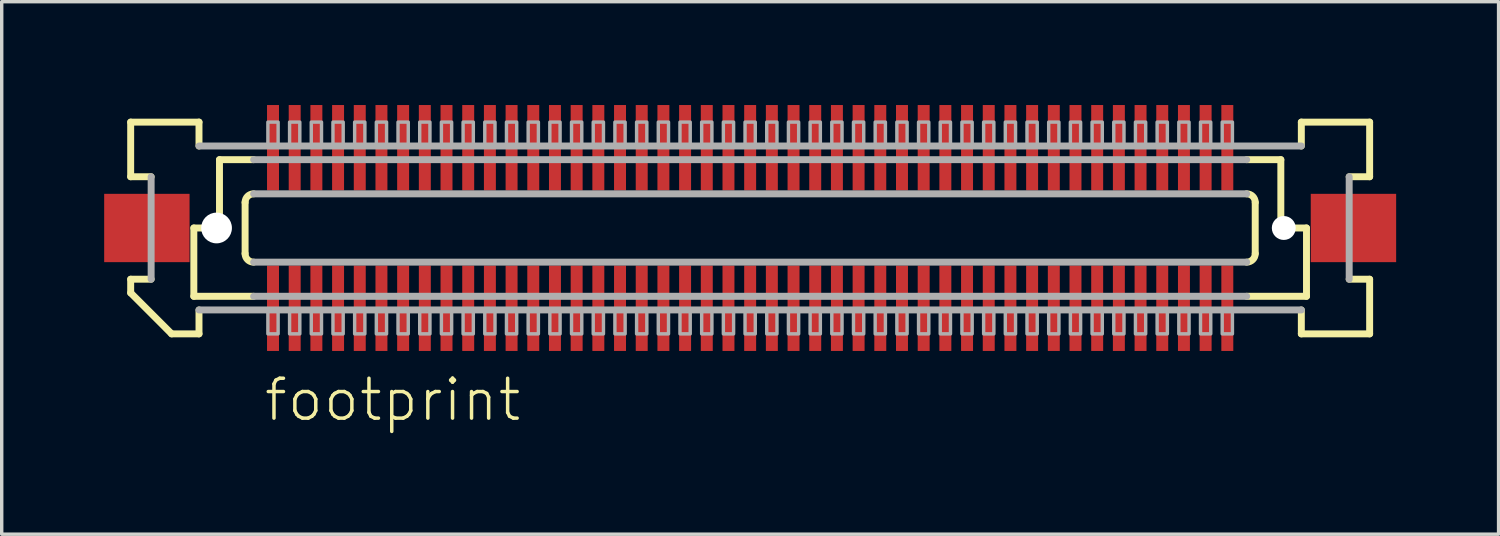
<source format=kicad_pcb>
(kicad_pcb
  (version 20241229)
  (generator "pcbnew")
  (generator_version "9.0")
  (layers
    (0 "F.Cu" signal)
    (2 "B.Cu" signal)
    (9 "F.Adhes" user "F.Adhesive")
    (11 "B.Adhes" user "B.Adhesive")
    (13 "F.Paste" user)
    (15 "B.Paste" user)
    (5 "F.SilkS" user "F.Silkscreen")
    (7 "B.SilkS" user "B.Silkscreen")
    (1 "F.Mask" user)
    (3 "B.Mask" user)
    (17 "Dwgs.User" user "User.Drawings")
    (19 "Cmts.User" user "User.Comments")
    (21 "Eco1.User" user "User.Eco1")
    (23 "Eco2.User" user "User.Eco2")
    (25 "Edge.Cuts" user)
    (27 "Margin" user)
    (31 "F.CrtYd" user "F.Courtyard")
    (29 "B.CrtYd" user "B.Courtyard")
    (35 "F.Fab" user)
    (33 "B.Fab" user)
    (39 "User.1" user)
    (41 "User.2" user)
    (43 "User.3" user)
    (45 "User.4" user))
  (footprint "footprint"
    (layer "F.Cu")
    (at 18.913 3.625)
    (property "Reference" "footprint" (at -14.287 5.715 0) (layer "F.SilkS") (effects (font (size 1.168 1.168) (thickness 0.102)) (justify left bottom)))
    (fp_poly (pts (xy -14.17 3.625) (xy -13.77 3.625) (xy -13.77 1.075) (xy -14.17 1.075)) (stroke (width 0) (type solid)) (fill yes) (layer "F.Mask"))
    (fp_poly (pts (xy -13.77 -3.625) (xy -14.17 -3.625) (xy -14.17 -1.075) (xy -13.77 -1.075)) (stroke (width 0) (type solid)) (fill yes) (layer "F.Mask"))
    (fp_poly (pts (xy -13.535 3.625) (xy -13.135 3.625) (xy -13.135 1.075) (xy -13.535 1.075)) (stroke (width 0) (type solid)) (fill yes) (layer "F.Mask"))
    (fp_poly (pts (xy -13.135 -3.625) (xy -13.535 -3.625) (xy -13.535 -1.075) (xy -13.135 -1.075)) (stroke (width 0) (type solid)) (fill yes) (layer "F.Mask"))
    (fp_poly (pts (xy -12.9 3.625) (xy -12.5 3.625) (xy -12.5 1.075) (xy -12.9 1.075)) (stroke (width 0) (type solid)) (fill yes) (layer "F.Mask"))
    (fp_poly (pts (xy -12.5 -3.625) (xy -12.9 -3.625) (xy -12.9 -1.075) (xy -12.5 -1.075)) (stroke (width 0) (type solid)) (fill yes) (layer "F.Mask"))
    (fp_poly (pts (xy -12.265 3.625) (xy -11.865 3.625) (xy -11.865 1.075) (xy -12.265 1.075)) (stroke (width 0) (type solid)) (fill yes) (layer "F.Mask"))
    (fp_poly (pts (xy -11.865 -3.625) (xy -12.265 -3.625) (xy -12.265 -1.075) (xy -11.865 -1.075)) (stroke (width 0) (type solid)) (fill yes) (layer "F.Mask"))
    (fp_poly (pts (xy -11.63 3.625) (xy -11.23 3.625) (xy -11.23 1.075) (xy -11.63 1.075)) (stroke (width 0) (type solid)) (fill yes) (layer "F.Mask"))
    (fp_poly (pts (xy -11.23 -3.625) (xy -11.63 -3.625) (xy -11.63 -1.075) (xy -11.23 -1.075)) (stroke (width 0) (type solid)) (fill yes) (layer "F.Mask"))
    (fp_poly (pts (xy -10.995 3.625) (xy -10.595 3.625) (xy -10.595 1.075) (xy -10.995 1.075)) (stroke (width 0) (type solid)) (fill yes) (layer "F.Mask"))
    (fp_poly (pts (xy -10.595 -3.625) (xy -10.995 -3.625) (xy -10.995 -1.075) (xy -10.595 -1.075)) (stroke (width 0) (type solid)) (fill yes) (layer "F.Mask"))
    (fp_poly (pts (xy -10.36 3.625) (xy -9.96 3.625) (xy -9.96 1.075) (xy -10.36 1.075)) (stroke (width 0) (type solid)) (fill yes) (layer "F.Mask"))
    (fp_poly (pts (xy -9.96 -3.625) (xy -10.36 -3.625) (xy -10.36 -1.075) (xy -9.96 -1.075)) (stroke (width 0) (type solid)) (fill yes) (layer "F.Mask"))
    (fp_poly (pts (xy -9.725 3.625) (xy -9.325 3.625) (xy -9.325 1.075) (xy -9.725 1.075)) (stroke (width 0) (type solid)) (fill yes) (layer "F.Mask"))
    (fp_poly (pts (xy -9.325 -3.625) (xy -9.725 -3.625) (xy -9.725 -1.075) (xy -9.325 -1.075)) (stroke (width 0) (type solid)) (fill yes) (layer "F.Mask"))
    (fp_poly (pts (xy -9.09 3.625) (xy -8.69 3.625) (xy -8.69 1.075) (xy -9.09 1.075)) (stroke (width 0) (type solid)) (fill yes) (layer "F.Mask"))
    (fp_poly (pts (xy -8.69 -3.625) (xy -9.09 -3.625) (xy -9.09 -1.075) (xy -8.69 -1.075)) (stroke (width 0) (type solid)) (fill yes) (layer "F.Mask"))
    (fp_poly (pts (xy -8.455 3.625) (xy -8.055 3.625) (xy -8.055 1.075) (xy -8.455 1.075)) (stroke (width 0) (type solid)) (fill yes) (layer "F.Mask"))
    (fp_poly (pts (xy -8.055 -3.625) (xy -8.455 -3.625) (xy -8.455 -1.075) (xy -8.055 -1.075)) (stroke (width 0) (type solid)) (fill yes) (layer "F.Mask"))
    (fp_poly (pts (xy -7.82 3.625) (xy -7.42 3.625) (xy -7.42 1.075) (xy -7.82 1.075)) (stroke (width 0) (type solid)) (fill yes) (layer "F.Mask"))
    (fp_poly (pts (xy -7.42 -3.625) (xy -7.82 -3.625) (xy -7.82 -1.075) (xy -7.42 -1.075)) (stroke (width 0) (type solid)) (fill yes) (layer "F.Mask"))
    (fp_poly (pts (xy -7.185 3.625) (xy -6.785 3.625) (xy -6.785 1.075) (xy -7.185 1.075)) (stroke (width 0) (type solid)) (fill yes) (layer "F.Mask"))
    (fp_poly (pts (xy -6.785 -3.625) (xy -7.185 -3.625) (xy -7.185 -1.075) (xy -6.785 -1.075)) (stroke (width 0) (type solid)) (fill yes) (layer "F.Mask"))
    (fp_poly (pts (xy -6.55 3.625) (xy -6.15 3.625) (xy -6.15 1.075) (xy -6.55 1.075)) (stroke (width 0) (type solid)) (fill yes) (layer "F.Mask"))
    (fp_poly (pts (xy -6.15 -3.625) (xy -6.55 -3.625) (xy -6.55 -1.075) (xy -6.15 -1.075)) (stroke (width 0) (type solid)) (fill yes) (layer "F.Mask"))
    (fp_poly (pts (xy -5.915 3.625) (xy -5.515 3.625) (xy -5.515 1.075) (xy -5.915 1.075)) (stroke (width 0) (type solid)) (fill yes) (layer "F.Mask"))
    (fp_poly (pts (xy -5.515 -3.625) (xy -5.915 -3.625) (xy -5.915 -1.075) (xy -5.515 -1.075)) (stroke (width 0) (type solid)) (fill yes) (layer "F.Mask"))
    (fp_poly (pts (xy -5.28 3.625) (xy -4.88 3.625) (xy -4.88 1.075) (xy -5.28 1.075)) (stroke (width 0) (type solid)) (fill yes) (layer "F.Mask"))
    (fp_poly (pts (xy -4.88 -3.625) (xy -5.28 -3.625) (xy -5.28 -1.075) (xy -4.88 -1.075)) (stroke (width 0) (type solid)) (fill yes) (layer "F.Mask"))
    (fp_poly (pts (xy -4.645 3.625) (xy -4.245 3.625) (xy -4.245 1.075) (xy -4.645 1.075)) (stroke (width 0) (type solid)) (fill yes) (layer "F.Mask"))
    (fp_poly (pts (xy -4.245 -3.625) (xy -4.645 -3.625) (xy -4.645 -1.075) (xy -4.245 -1.075)) (stroke (width 0) (type solid)) (fill yes) (layer "F.Mask"))
    (fp_poly (pts (xy -4.01 3.625) (xy -3.61 3.625) (xy -3.61 1.075) (xy -4.01 1.075)) (stroke (width 0) (type solid)) (fill yes) (layer "F.Mask"))
    (fp_poly (pts (xy -3.61 -3.625) (xy -4.01 -3.625) (xy -4.01 -1.075) (xy -3.61 -1.075)) (stroke (width 0) (type solid)) (fill yes) (layer "F.Mask"))
    (fp_poly (pts (xy -3.375 3.625) (xy -2.975 3.625) (xy -2.975 1.075) (xy -3.375 1.075)) (stroke (width 0) (type solid)) (fill yes) (layer "F.Mask"))
    (fp_poly (pts (xy -2.975 -3.625) (xy -3.375 -3.625) (xy -3.375 -1.075) (xy -2.975 -1.075)) (stroke (width 0) (type solid)) (fill yes) (layer "F.Mask"))
    (fp_poly (pts (xy -2.74 3.625) (xy -2.34 3.625) (xy -2.34 1.075) (xy -2.74 1.075)) (stroke (width 0) (type solid)) (fill yes) (layer "F.Mask"))
    (fp_poly (pts (xy -2.34 -3.625) (xy -2.74 -3.625) (xy -2.74 -1.075) (xy -2.34 -1.075)) (stroke (width 0) (type solid)) (fill yes) (layer "F.Mask"))
    (fp_poly (pts (xy -2.105 3.625) (xy -1.705 3.625) (xy -1.705 1.075) (xy -2.105 1.075)) (stroke (width 0) (type solid)) (fill yes) (layer "F.Mask"))
    (fp_poly (pts (xy -1.705 -3.625) (xy -2.105 -3.625) (xy -2.105 -1.075) (xy -1.705 -1.075)) (stroke (width 0) (type solid)) (fill yes) (layer "F.Mask"))
    (fp_poly (pts (xy -1.47 3.625) (xy -1.07 3.625) (xy -1.07 1.075) (xy -1.47 1.075)) (stroke (width 0) (type solid)) (fill yes) (layer "F.Mask"))
    (fp_poly (pts (xy -1.07 -3.625) (xy -1.47 -3.625) (xy -1.47 -1.075) (xy -1.07 -1.075)) (stroke (width 0) (type solid)) (fill yes) (layer "F.Mask"))
    (fp_poly (pts (xy -0.835 3.625) (xy -0.435 3.625) (xy -0.435 1.075) (xy -0.835 1.075)) (stroke (width 0) (type solid)) (fill yes) (layer "F.Mask"))
    (fp_poly (pts (xy -0.435 -3.625) (xy -0.835 -3.625) (xy -0.835 -1.075) (xy -0.435 -1.075)) (stroke (width 0) (type solid)) (fill yes) (layer "F.Mask"))
    (fp_poly (pts (xy -0.2 3.625) (xy 0.2 3.625) (xy 0.2 1.075) (xy -0.2 1.075)) (stroke (width 0) (type solid)) (fill yes) (layer "F.Mask"))
    (fp_poly (pts (xy 0.2 -3.625) (xy -0.2 -3.625) (xy -0.2 -1.075) (xy 0.2 -1.075)) (stroke (width 0) (type solid)) (fill yes) (layer "F.Mask"))
    (fp_poly (pts (xy 0.435 3.625) (xy 0.835 3.625) (xy 0.835 1.075) (xy 0.435 1.075)) (stroke (width 0) (type solid)) (fill yes) (layer "F.Mask"))
    (fp_poly (pts (xy 0.835 -3.625) (xy 0.435 -3.625) (xy 0.435 -1.075) (xy 0.835 -1.075)) (stroke (width 0) (type solid)) (fill yes) (layer "F.Mask"))
    (fp_poly (pts (xy 1.07 3.625) (xy 1.47 3.625) (xy 1.47 1.075) (xy 1.07 1.075)) (stroke (width 0) (type solid)) (fill yes) (layer "F.Mask"))
    (fp_poly (pts (xy 1.47 -3.625) (xy 1.07 -3.625) (xy 1.07 -1.075) (xy 1.47 -1.075)) (stroke (width 0) (type solid)) (fill yes) (layer "F.Mask"))
    (fp_poly (pts (xy 1.705 3.625) (xy 2.105 3.625) (xy 2.105 1.075) (xy 1.705 1.075)) (stroke (width 0) (type solid)) (fill yes) (layer "F.Mask"))
    (fp_poly (pts (xy 2.105 -3.625) (xy 1.705 -3.625) (xy 1.705 -1.075) (xy 2.105 -1.075)) (stroke (width 0) (type solid)) (fill yes) (layer "F.Mask"))
    (fp_poly (pts (xy 2.34 3.625) (xy 2.74 3.625) (xy 2.74 1.075) (xy 2.34 1.075)) (stroke (width 0) (type solid)) (fill yes) (layer "F.Mask"))
    (fp_poly (pts (xy 2.74 -3.625) (xy 2.34 -3.625) (xy 2.34 -1.075) (xy 2.74 -1.075)) (stroke (width 0) (type solid)) (fill yes) (layer "F.Mask"))
    (fp_poly (pts (xy 2.975 3.625) (xy 3.375 3.625) (xy 3.375 1.075) (xy 2.975 1.075)) (stroke (width 0) (type solid)) (fill yes) (layer "F.Mask"))
    (fp_poly (pts (xy 3.375 -3.625) (xy 2.975 -3.625) (xy 2.975 -1.075) (xy 3.375 -1.075)) (stroke (width 0) (type solid)) (fill yes) (layer "F.Mask"))
    (fp_poly (pts (xy 3.61 3.625) (xy 4.01 3.625) (xy 4.01 1.075) (xy 3.61 1.075)) (stroke (width 0) (type solid)) (fill yes) (layer "F.Mask"))
    (fp_poly (pts (xy 4.01 -3.625) (xy 3.61 -3.625) (xy 3.61 -1.075) (xy 4.01 -1.075)) (stroke (width 0) (type solid)) (fill yes) (layer "F.Mask"))
    (fp_poly (pts (xy 4.245 3.625) (xy 4.645 3.625) (xy 4.645 1.075) (xy 4.245 1.075)) (stroke (width 0) (type solid)) (fill yes) (layer "F.Mask"))
    (fp_poly (pts (xy 4.645 -3.625) (xy 4.245 -3.625) (xy 4.245 -1.075) (xy 4.645 -1.075)) (stroke (width 0) (type solid)) (fill yes) (layer "F.Mask"))
    (fp_poly (pts (xy 4.88 3.625) (xy 5.28 3.625) (xy 5.28 1.075) (xy 4.88 1.075)) (stroke (width 0) (type solid)) (fill yes) (layer "F.Mask"))
    (fp_poly (pts (xy 5.28 -3.625) (xy 4.88 -3.625) (xy 4.88 -1.075) (xy 5.28 -1.075)) (stroke (width 0) (type solid)) (fill yes) (layer "F.Mask"))
    (fp_poly (pts (xy 5.515 3.625) (xy 5.915 3.625) (xy 5.915 1.075) (xy 5.515 1.075)) (stroke (width 0) (type solid)) (fill yes) (layer "F.Mask"))
    (fp_poly (pts (xy 5.915 -3.625) (xy 5.515 -3.625) (xy 5.515 -1.075) (xy 5.915 -1.075)) (stroke (width 0) (type solid)) (fill yes) (layer "F.Mask"))
    (fp_poly (pts (xy 6.15 3.625) (xy 6.55 3.625) (xy 6.55 1.075) (xy 6.15 1.075)) (stroke (width 0) (type solid)) (fill yes) (layer "F.Mask"))
    (fp_poly (pts (xy 6.55 -3.625) (xy 6.15 -3.625) (xy 6.15 -1.075) (xy 6.55 -1.075)) (stroke (width 0) (type solid)) (fill yes) (layer "F.Mask"))
    (fp_poly (pts (xy 6.785 3.625) (xy 7.185 3.625) (xy 7.185 1.075) (xy 6.785 1.075)) (stroke (width 0) (type solid)) (fill yes) (layer "F.Mask"))
    (fp_poly (pts (xy 7.185 -3.625) (xy 6.785 -3.625) (xy 6.785 -1.075) (xy 7.185 -1.075)) (stroke (width 0) (type solid)) (fill yes) (layer "F.Mask"))
    (fp_poly (pts (xy 7.42 3.625) (xy 7.82 3.625) (xy 7.82 1.075) (xy 7.42 1.075)) (stroke (width 0) (type solid)) (fill yes) (layer "F.Mask"))
    (fp_poly (pts (xy 7.82 -3.625) (xy 7.42 -3.625) (xy 7.42 -1.075) (xy 7.82 -1.075)) (stroke (width 0) (type solid)) (fill yes) (layer "F.Mask"))
    (fp_poly (pts (xy 8.055 3.625) (xy 8.455 3.625) (xy 8.455 1.075) (xy 8.055 1.075)) (stroke (width 0) (type solid)) (fill yes) (layer "F.Mask"))
    (fp_poly (pts (xy 8.455 -3.625) (xy 8.055 -3.625) (xy 8.055 -1.075) (xy 8.455 -1.075)) (stroke (width 0) (type solid)) (fill yes) (layer "F.Mask"))
    (fp_poly (pts (xy 8.69 3.625) (xy 9.09 3.625) (xy 9.09 1.075) (xy 8.69 1.075)) (stroke (width 0) (type solid)) (fill yes) (layer "F.Mask"))
    (fp_poly (pts (xy 9.09 -3.625) (xy 8.69 -3.625) (xy 8.69 -1.075) (xy 9.09 -1.075)) (stroke (width 0) (type solid)) (fill yes) (layer "F.Mask"))
    (fp_poly (pts (xy 9.325 3.625) (xy 9.725 3.625) (xy 9.725 1.075) (xy 9.325 1.075)) (stroke (width 0) (type solid)) (fill yes) (layer "F.Mask"))
    (fp_poly (pts (xy 9.725 -3.625) (xy 9.325 -3.625) (xy 9.325 -1.075) (xy 9.725 -1.075)) (stroke (width 0) (type solid)) (fill yes) (layer "F.Mask"))
    (fp_poly (pts (xy 9.96 3.625) (xy 10.36 3.625) (xy 10.36 1.075) (xy 9.96 1.075)) (stroke (width 0) (type solid)) (fill yes) (layer "F.Mask"))
    (fp_poly (pts (xy 10.36 -3.625) (xy 9.96 -3.625) (xy 9.96 -1.075) (xy 10.36 -1.075)) (stroke (width 0) (type solid)) (fill yes) (layer "F.Mask"))
    (fp_poly (pts (xy 10.595 3.625) (xy 10.995 3.625) (xy 10.995 1.075) (xy 10.595 1.075)) (stroke (width 0) (type solid)) (fill yes) (layer "F.Mask"))
    (fp_poly (pts (xy 10.995 -3.625) (xy 10.595 -3.625) (xy 10.595 -1.075) (xy 10.995 -1.075)) (stroke (width 0) (type solid)) (fill yes) (layer "F.Mask"))
    (fp_poly (pts (xy 11.23 3.625) (xy 11.63 3.625) (xy 11.63 1.075) (xy 11.23 1.075)) (stroke (width 0) (type solid)) (fill yes) (layer "F.Mask"))
    (fp_poly (pts (xy 11.63 -3.625) (xy 11.23 -3.625) (xy 11.23 -1.075) (xy 11.63 -1.075)) (stroke (width 0) (type solid)) (fill yes) (layer "F.Mask"))
    (fp_poly (pts (xy 11.865 3.625) (xy 12.265 3.625) (xy 12.265 1.075) (xy 11.865 1.075)) (stroke (width 0) (type solid)) (fill yes) (layer "F.Mask"))
    (fp_poly (pts (xy 12.265 -3.625) (xy 11.865 -3.625) (xy 11.865 -1.075) (xy 12.265 -1.075)) (stroke (width 0) (type solid)) (fill yes) (layer "F.Mask"))
    (fp_poly (pts (xy 12.5 3.625) (xy 12.9 3.625) (xy 12.9 1.075) (xy 12.5 1.075)) (stroke (width 0) (type solid)) (fill yes) (layer "F.Mask"))
    (fp_poly (pts (xy 12.9 -3.625) (xy 12.5 -3.625) (xy 12.5 -1.075) (xy 12.9 -1.075)) (stroke (width 0) (type solid)) (fill yes) (layer "F.Mask"))
    (fp_poly (pts (xy 13.135 3.625) (xy 13.535 3.625) (xy 13.535 1.075) (xy 13.135 1.075)) (stroke (width 0) (type solid)) (fill yes) (layer "F.Mask"))
    (fp_poly (pts (xy 13.535 -3.625) (xy 13.135 -3.625) (xy 13.135 -1.075) (xy 13.535 -1.075)) (stroke (width 0) (type solid)) (fill yes) (layer "F.Mask"))
    (fp_poly (pts (xy 13.77 3.625) (xy 14.17 3.625) (xy 14.17 1.075) (xy 13.77 1.075)) (stroke (width 0) (type solid)) (fill yes) (layer "F.Mask"))
    (fp_poly (pts (xy 14.17 -3.625) (xy 13.77 -3.625) (xy 13.77 -1.075) (xy 14.17 -1.075)) (stroke (width 0) (type solid)) (fill yes) (layer "F.Mask"))
    (fp_line (start -18.137 -3.1) (end -16.137 -3.1) (stroke (width 0.203) (type solid)) (layer "F.SilkS"))
    (fp_line (start -18.137 -1.5) (end -18.137 -3.1) (stroke (width 0.203) (type solid)) (layer "F.SilkS"))
    (fp_line (start -18.137 1.5) (end -17.538 1.5) (stroke (width 0.203) (type solid)) (layer "F.SilkS"))
    (fp_line (start -18.137 1.9) (end -18.137 1.5) (stroke (width 0.203) (type solid)) (layer "F.SilkS"))
    (fp_line (start -17.538 -1.5) (end -18.137 -1.5) (stroke (width 0.203) (type solid)) (layer "F.SilkS"))
    (fp_line (start -16.938 3.1) (end -18.137 1.9) (stroke (width 0.203) (type solid)) (layer "F.SilkS"))
    (fp_line (start -16.288 0) (end -16.288 2) (stroke (width 0.203) (type solid)) (layer "F.SilkS"))
    (fp_line (start -16.288 2) (end -14.537 2) (stroke (width 0.203) (type solid)) (layer "F.SilkS"))
    (fp_line (start -16.137 -3.1) (end -16.137 -2.4) (stroke (width 0.203) (type solid)) (layer "F.SilkS"))
    (fp_line (start -16.137 2.4) (end -16.137 3.1) (stroke (width 0.203) (type solid)) (layer "F.SilkS"))
    (fp_line (start -16.137 3.1) (end -16.938 3.1) (stroke (width 0.203) (type solid)) (layer "F.SilkS"))
    (fp_line (start -15.537 -2) (end -15.537 0) (stroke (width 0.203) (type solid)) (layer "F.SilkS"))
    (fp_line (start -15.537 0) (end -16.288 0) (stroke (width 0.203) (type solid)) (layer "F.SilkS"))
    (fp_line (start -14.787 0.75) (end -14.787 -0.75) (stroke (width 0.203) (type solid)) (layer "F.SilkS"))
    (fp_line (start -14.537 -2) (end -15.537 -2) (stroke (width 0.203) (type solid)) (layer "F.SilkS"))
    (fp_line (start 14.537 2) (end 16.288 2) (stroke (width 0.203) (type solid)) (layer "F.SilkS"))
    (fp_line (start 14.787 -0.75) (end 14.787 0.75) (stroke (width 0.203) (type solid)) (layer "F.SilkS"))
    (fp_line (start 15.537 -2) (end 14.537 -2) (stroke (width 0.203) (type solid)) (layer "F.SilkS"))
    (fp_line (start 15.537 -2) (end 15.537 0) (stroke (width 0.203) (type solid)) (layer "F.SilkS"))
    (fp_line (start 16.137 -3.1) (end 18.137 -3.1) (stroke (width 0.203) (type solid)) (layer "F.SilkS"))
    (fp_line (start 16.137 -2.4) (end 16.137 -3.1) (stroke (width 0.203) (type solid)) (layer "F.SilkS"))
    (fp_line (start 16.137 3.1) (end 16.137 2.4) (stroke (width 0.203) (type solid)) (layer "F.SilkS"))
    (fp_line (start 16.288 0) (end 15.537 0) (stroke (width 0.203) (type solid)) (layer "F.SilkS"))
    (fp_line (start 16.288 0) (end 16.288 2) (stroke (width 0.203) (type solid)) (layer "F.SilkS"))
    (fp_line (start 17.538 1.5) (end 18.137 1.5) (stroke (width 0.203) (type solid)) (layer "F.SilkS"))
    (fp_line (start 18.137 -3.1) (end 18.137 -1.5) (stroke (width 0.203) (type solid)) (layer "F.SilkS"))
    (fp_line (start 18.137 -1.5) (end 17.538 -1.5) (stroke (width 0.203) (type solid)) (layer "F.SilkS"))
    (fp_line (start 18.137 1.5) (end 18.137 3.1) (stroke (width 0.203) (type solid)) (layer "F.SilkS"))
    (fp_line (start 18.137 3.1) (end 16.137 3.1) (stroke (width 0.203) (type solid)) (layer "F.SilkS"))
    (fp_arc (start -14.7875 -0.75) (mid -14.714277 -0.926777) (end -14.5375 -1) (stroke (width 0.2032) (type solid)) (layer "F.SilkS"))
    (fp_arc (start -14.5375 1) (mid -14.714277 0.926777) (end -14.7875 0.75) (stroke (width 0.2032) (type solid)) (layer "F.SilkS"))
    (fp_arc (start 14.5375 -1) (mid 14.714277 -0.926777) (end 14.7875 -0.75) (stroke (width 0.2032) (type solid)) (layer "F.SilkS"))
    (fp_arc (start 14.7875 0.75) (mid 14.714277 0.926777) (end 14.5375 1) (stroke (width 0.2032) (type solid)) (layer "F.SilkS"))
    (fp_line (start -17.538 1.5) (end -17.538 -1.5) (stroke (width 0.203) (type solid)) (layer "F.Fab"))
    (fp_line (start -16.137 -2.4) (end 16.137 -2.4) (stroke (width 0.203) (type solid)) (layer "F.Fab"))
    (fp_line (start -14.537 -1) (end 14.537 -1) (stroke (width 0.203) (type solid)) (layer "F.Fab"))
    (fp_line (start -14.537 2) (end 14.537 2) (stroke (width 0.203) (type solid)) (layer "F.Fab"))
    (fp_line (start 14.537 -2) (end -14.537 -2) (stroke (width 0.203) (type solid)) (layer "F.Fab"))
    (fp_line (start 14.537 1) (end -14.537 1) (stroke (width 0.203) (type solid)) (layer "F.Fab"))
    (fp_line (start 16.137 2.4) (end -16.137 2.4) (stroke (width 0.203) (type solid)) (layer "F.Fab"))
    (fp_line (start 17.538 -1.5) (end 17.538 1.5) (stroke (width 0.203) (type solid)) (layer "F.Fab"))
    (fp_poly (pts (xy -14.12 3.1) (xy -13.82 3.1) (xy -13.82 2.375) (xy -14.12 2.375)) (stroke (width 0.1) (type solid)) (fill no) (layer "F.Fab"))
    (fp_poly (pts (xy -13.82 -3.1) (xy -14.12 -3.1) (xy -14.12 -2.375) (xy -13.82 -2.375)) (stroke (width 0.1) (type solid)) (fill no) (layer "F.Fab"))
    (fp_poly (pts (xy -13.485 3.1) (xy -13.185 3.1) (xy -13.185 2.375) (xy -13.485 2.375)) (stroke (width 0.1) (type solid)) (fill no) (layer "F.Fab"))
    (fp_poly (pts (xy -13.185 -3.1) (xy -13.485 -3.1) (xy -13.485 -2.375) (xy -13.185 -2.375)) (stroke (width 0.1) (type solid)) (fill no) (layer "F.Fab"))
    (fp_poly (pts (xy -12.85 3.1) (xy -12.55 3.1) (xy -12.55 2.375) (xy -12.85 2.375)) (stroke (width 0.1) (type solid)) (fill no) (layer "F.Fab"))
    (fp_poly (pts (xy -12.55 -3.1) (xy -12.85 -3.1) (xy -12.85 -2.375) (xy -12.55 -2.375)) (stroke (width 0.1) (type solid)) (fill no) (layer "F.Fab"))
    (fp_poly (pts (xy -12.215 3.1) (xy -11.915 3.1) (xy -11.915 2.375) (xy -12.215 2.375)) (stroke (width 0.1) (type solid)) (fill no) (layer "F.Fab"))
    (fp_poly (pts (xy -11.915 -3.1) (xy -12.215 -3.1) (xy -12.215 -2.375) (xy -11.915 -2.375)) (stroke (width 0.1) (type solid)) (fill no) (layer "F.Fab"))
    (fp_poly (pts (xy -11.58 3.1) (xy -11.28 3.1) (xy -11.28 2.375) (xy -11.58 2.375)) (stroke (width 0.1) (type solid)) (fill no) (layer "F.Fab"))
    (fp_poly (pts (xy -11.28 -3.1) (xy -11.58 -3.1) (xy -11.58 -2.375) (xy -11.28 -2.375)) (stroke (width 0.1) (type solid)) (fill no) (layer "F.Fab"))
    (fp_poly (pts (xy -10.945 3.1) (xy -10.645 3.1) (xy -10.645 2.375) (xy -10.945 2.375)) (stroke (width 0.1) (type solid)) (fill no) (layer "F.Fab"))
    (fp_poly (pts (xy -10.645 -3.1) (xy -10.945 -3.1) (xy -10.945 -2.375) (xy -10.645 -2.375)) (stroke (width 0.1) (type solid)) (fill no) (layer "F.Fab"))
    (fp_poly (pts (xy -10.31 3.1) (xy -10.01 3.1) (xy -10.01 2.375) (xy -10.31 2.375)) (stroke (width 0.1) (type solid)) (fill no) (layer "F.Fab"))
    (fp_poly (pts (xy -10.01 -3.1) (xy -10.31 -3.1) (xy -10.31 -2.375) (xy -10.01 -2.375)) (stroke (width 0.1) (type solid)) (fill no) (layer "F.Fab"))
    (fp_poly (pts (xy -9.675 3.1) (xy -9.375 3.1) (xy -9.375 2.375) (xy -9.675 2.375)) (stroke (width 0.1) (type solid)) (fill no) (layer "F.Fab"))
    (fp_poly (pts (xy -9.375 -3.1) (xy -9.675 -3.1) (xy -9.675 -2.375) (xy -9.375 -2.375)) (stroke (width 0.1) (type solid)) (fill no) (layer "F.Fab"))
    (fp_poly (pts (xy -9.04 3.1) (xy -8.74 3.1) (xy -8.74 2.375) (xy -9.04 2.375)) (stroke (width 0.1) (type solid)) (fill no) (layer "F.Fab"))
    (fp_poly (pts (xy -8.74 -3.1) (xy -9.04 -3.1) (xy -9.04 -2.375) (xy -8.74 -2.375)) (stroke (width 0.1) (type solid)) (fill no) (layer "F.Fab"))
    (fp_poly (pts (xy -8.405 3.1) (xy -8.105 3.1) (xy -8.105 2.375) (xy -8.405 2.375)) (stroke (width 0.1) (type solid)) (fill no) (layer "F.Fab"))
    (fp_poly (pts (xy -8.105 -3.1) (xy -8.405 -3.1) (xy -8.405 -2.375) (xy -8.105 -2.375)) (stroke (width 0.1) (type solid)) (fill no) (layer "F.Fab"))
    (fp_poly (pts (xy -7.77 3.1) (xy -7.47 3.1) (xy -7.47 2.375) (xy -7.77 2.375)) (stroke (width 0.1) (type solid)) (fill no) (layer "F.Fab"))
    (fp_poly (pts (xy -7.47 -3.1) (xy -7.77 -3.1) (xy -7.77 -2.375) (xy -7.47 -2.375)) (stroke (width 0.1) (type solid)) (fill no) (layer "F.Fab"))
    (fp_poly (pts (xy -7.135 3.1) (xy -6.835 3.1) (xy -6.835 2.375) (xy -7.135 2.375)) (stroke (width 0.1) (type solid)) (fill no) (layer "F.Fab"))
    (fp_poly (pts (xy -6.835 -3.1) (xy -7.135 -3.1) (xy -7.135 -2.375) (xy -6.835 -2.375)) (stroke (width 0.1) (type solid)) (fill no) (layer "F.Fab"))
    (fp_poly (pts (xy -6.5 3.1) (xy -6.2 3.1) (xy -6.2 2.375) (xy -6.5 2.375)) (stroke (width 0.1) (type solid)) (fill no) (layer "F.Fab"))
    (fp_poly (pts (xy -6.2 -3.1) (xy -6.5 -3.1) (xy -6.5 -2.375) (xy -6.2 -2.375)) (stroke (width 0.1) (type solid)) (fill no) (layer "F.Fab"))
    (fp_poly (pts (xy -5.865 3.1) (xy -5.565 3.1) (xy -5.565 2.375) (xy -5.865 2.375)) (stroke (width 0.1) (type solid)) (fill no) (layer "F.Fab"))
    (fp_poly (pts (xy -5.565 -3.1) (xy -5.865 -3.1) (xy -5.865 -2.375) (xy -5.565 -2.375)) (stroke (width 0.1) (type solid)) (fill no) (layer "F.Fab"))
    (fp_poly (pts (xy -5.23 3.1) (xy -4.93 3.1) (xy -4.93 2.375) (xy -5.23 2.375)) (stroke (width 0.1) (type solid)) (fill no) (layer "F.Fab"))
    (fp_poly (pts (xy -4.93 -3.1) (xy -5.23 -3.1) (xy -5.23 -2.375) (xy -4.93 -2.375)) (stroke (width 0.1) (type solid)) (fill no) (layer "F.Fab"))
    (fp_poly (pts (xy -4.595 3.1) (xy -4.295 3.1) (xy -4.295 2.375) (xy -4.595 2.375)) (stroke (width 0.1) (type solid)) (fill no) (layer "F.Fab"))
    (fp_poly (pts (xy -4.295 -3.1) (xy -4.595 -3.1) (xy -4.595 -2.375) (xy -4.295 -2.375)) (stroke (width 0.1) (type solid)) (fill no) (layer "F.Fab"))
    (fp_poly (pts (xy -3.96 3.1) (xy -3.66 3.1) (xy -3.66 2.375) (xy -3.96 2.375)) (stroke (width 0.1) (type solid)) (fill no) (layer "F.Fab"))
    (fp_poly (pts (xy -3.66 -3.1) (xy -3.96 -3.1) (xy -3.96 -2.375) (xy -3.66 -2.375)) (stroke (width 0.1) (type solid)) (fill no) (layer "F.Fab"))
    (fp_poly (pts (xy -3.325 3.1) (xy -3.025 3.1) (xy -3.025 2.375) (xy -3.325 2.375)) (stroke (width 0.1) (type solid)) (fill no) (layer "F.Fab"))
    (fp_poly (pts (xy -3.025 -3.1) (xy -3.325 -3.1) (xy -3.325 -2.375) (xy -3.025 -2.375)) (stroke (width 0.1) (type solid)) (fill no) (layer "F.Fab"))
    (fp_poly (pts (xy -2.69 3.1) (xy -2.39 3.1) (xy -2.39 2.375) (xy -2.69 2.375)) (stroke (width 0.1) (type solid)) (fill no) (layer "F.Fab"))
    (fp_poly (pts (xy -2.39 -3.1) (xy -2.69 -3.1) (xy -2.69 -2.375) (xy -2.39 -2.375)) (stroke (width 0.1) (type solid)) (fill no) (layer "F.Fab"))
    (fp_poly (pts (xy -2.055 3.1) (xy -1.755 3.1) (xy -1.755 2.375) (xy -2.055 2.375)) (stroke (width 0.1) (type solid)) (fill no) (layer "F.Fab"))
    (fp_poly (pts (xy -1.755 -3.1) (xy -2.055 -3.1) (xy -2.055 -2.375) (xy -1.755 -2.375)) (stroke (width 0.1) (type solid)) (fill no) (layer "F.Fab"))
    (fp_poly (pts (xy -1.42 3.1) (xy -1.12 3.1) (xy -1.12 2.375) (xy -1.42 2.375)) (stroke (width 0.1) (type solid)) (fill no) (layer "F.Fab"))
    (fp_poly (pts (xy -1.12 -3.1) (xy -1.42 -3.1) (xy -1.42 -2.375) (xy -1.12 -2.375)) (stroke (width 0.1) (type solid)) (fill no) (layer "F.Fab"))
    (fp_poly (pts (xy -0.785 3.1) (xy -0.485 3.1) (xy -0.485 2.375) (xy -0.785 2.375)) (stroke (width 0.1) (type solid)) (fill no) (layer "F.Fab"))
    (fp_poly (pts (xy -0.485 -3.1) (xy -0.785 -3.1) (xy -0.785 -2.375) (xy -0.485 -2.375)) (stroke (width 0.1) (type solid)) (fill no) (layer "F.Fab"))
    (fp_poly (pts (xy -0.15 3.1) (xy 0.15 3.1) (xy 0.15 2.375) (xy -0.15 2.375)) (stroke (width 0.1) (type solid)) (fill no) (layer "F.Fab"))
    (fp_poly (pts (xy 0.15 -3.1) (xy -0.15 -3.1) (xy -0.15 -2.375) (xy 0.15 -2.375)) (stroke (width 0.1) (type solid)) (fill no) (layer "F.Fab"))
    (fp_poly (pts (xy 0.485 3.1) (xy 0.785 3.1) (xy 0.785 2.375) (xy 0.485 2.375)) (stroke (width 0.1) (type solid)) (fill no) (layer "F.Fab"))
    (fp_poly (pts (xy 0.785 -3.1) (xy 0.485 -3.1) (xy 0.485 -2.375) (xy 0.785 -2.375)) (stroke (width 0.1) (type solid)) (fill no) (layer "F.Fab"))
    (fp_poly (pts (xy 1.12 3.1) (xy 1.42 3.1) (xy 1.42 2.375) (xy 1.12 2.375)) (stroke (width 0.1) (type solid)) (fill no) (layer "F.Fab"))
    (fp_poly (pts (xy 1.42 -3.1) (xy 1.12 -3.1) (xy 1.12 -2.375) (xy 1.42 -2.375)) (stroke (width 0.1) (type solid)) (fill no) (layer "F.Fab"))
    (fp_poly (pts (xy 1.755 3.1) (xy 2.055 3.1) (xy 2.055 2.375) (xy 1.755 2.375)) (stroke (width 0.1) (type solid)) (fill no) (layer "F.Fab"))
    (fp_poly (pts (xy 2.055 -3.1) (xy 1.755 -3.1) (xy 1.755 -2.375) (xy 2.055 -2.375)) (stroke (width 0.1) (type solid)) (fill no) (layer "F.Fab"))
    (fp_poly (pts (xy 2.39 3.1) (xy 2.69 3.1) (xy 2.69 2.375) (xy 2.39 2.375)) (stroke (width 0.1) (type solid)) (fill no) (layer "F.Fab"))
    (fp_poly (pts (xy 2.69 -3.1) (xy 2.39 -3.1) (xy 2.39 -2.375) (xy 2.69 -2.375)) (stroke (width 0.1) (type solid)) (fill no) (layer "F.Fab"))
    (fp_poly (pts (xy 3.025 3.1) (xy 3.325 3.1) (xy 3.325 2.375) (xy 3.025 2.375)) (stroke (width 0.1) (type solid)) (fill no) (layer "F.Fab"))
    (fp_poly (pts (xy 3.325 -3.1) (xy 3.025 -3.1) (xy 3.025 -2.375) (xy 3.325 -2.375)) (stroke (width 0.1) (type solid)) (fill no) (layer "F.Fab"))
    (fp_poly (pts (xy 3.66 3.1) (xy 3.96 3.1) (xy 3.96 2.375) (xy 3.66 2.375)) (stroke (width 0.1) (type solid)) (fill no) (layer "F.Fab"))
    (fp_poly (pts (xy 3.96 -3.1) (xy 3.66 -3.1) (xy 3.66 -2.375) (xy 3.96 -2.375)) (stroke (width 0.1) (type solid)) (fill no) (layer "F.Fab"))
    (fp_poly (pts (xy 4.295 3.1) (xy 4.595 3.1) (xy 4.595 2.375) (xy 4.295 2.375)) (stroke (width 0.1) (type solid)) (fill no) (layer "F.Fab"))
    (fp_poly (pts (xy 4.595 -3.1) (xy 4.295 -3.1) (xy 4.295 -2.375) (xy 4.595 -2.375)) (stroke (width 0.1) (type solid)) (fill no) (layer "F.Fab"))
    (fp_poly (pts (xy 4.93 3.1) (xy 5.23 3.1) (xy 5.23 2.375) (xy 4.93 2.375)) (stroke (width 0.1) (type solid)) (fill no) (layer "F.Fab"))
    (fp_poly (pts (xy 5.23 -3.1) (xy 4.93 -3.1) (xy 4.93 -2.375) (xy 5.23 -2.375)) (stroke (width 0.1) (type solid)) (fill no) (layer "F.Fab"))
    (fp_poly (pts (xy 5.565 3.1) (xy 5.865 3.1) (xy 5.865 2.375) (xy 5.565 2.375)) (stroke (width 0.1) (type solid)) (fill no) (layer "F.Fab"))
    (fp_poly (pts (xy 5.865 -3.1) (xy 5.565 -3.1) (xy 5.565 -2.375) (xy 5.865 -2.375)) (stroke (width 0.1) (type solid)) (fill no) (layer "F.Fab"))
    (fp_poly (pts (xy 6.2 3.1) (xy 6.5 3.1) (xy 6.5 2.375) (xy 6.2 2.375)) (stroke (width 0.1) (type solid)) (fill no) (layer "F.Fab"))
    (fp_poly (pts (xy 6.5 -3.1) (xy 6.2 -3.1) (xy 6.2 -2.375) (xy 6.5 -2.375)) (stroke (width 0.1) (type solid)) (fill no) (layer "F.Fab"))
    (fp_poly (pts (xy 6.835 3.1) (xy 7.135 3.1) (xy 7.135 2.375) (xy 6.835 2.375)) (stroke (width 0.1) (type solid)) (fill no) (layer "F.Fab"))
    (fp_poly (pts (xy 7.135 -3.1) (xy 6.835 -3.1) (xy 6.835 -2.375) (xy 7.135 -2.375)) (stroke (width 0.1) (type solid)) (fill no) (layer "F.Fab"))
    (fp_poly (pts (xy 7.47 3.1) (xy 7.77 3.1) (xy 7.77 2.375) (xy 7.47 2.375)) (stroke (width 0.1) (type solid)) (fill no) (layer "F.Fab"))
    (fp_poly (pts (xy 7.77 -3.1) (xy 7.47 -3.1) (xy 7.47 -2.375) (xy 7.77 -2.375)) (stroke (width 0.1) (type solid)) (fill no) (layer "F.Fab"))
    (fp_poly (pts (xy 8.105 3.1) (xy 8.405 3.1) (xy 8.405 2.375) (xy 8.105 2.375)) (stroke (width 0.1) (type solid)) (fill no) (layer "F.Fab"))
    (fp_poly (pts (xy 8.405 -3.1) (xy 8.105 -3.1) (xy 8.105 -2.375) (xy 8.405 -2.375)) (stroke (width 0.1) (type solid)) (fill no) (layer "F.Fab"))
    (fp_poly (pts (xy 8.74 3.1) (xy 9.04 3.1) (xy 9.04 2.375) (xy 8.74 2.375)) (stroke (width 0.1) (type solid)) (fill no) (layer "F.Fab"))
    (fp_poly (pts (xy 9.04 -3.1) (xy 8.74 -3.1) (xy 8.74 -2.375) (xy 9.04 -2.375)) (stroke (width 0.1) (type solid)) (fill no) (layer "F.Fab"))
    (fp_poly (pts (xy 9.375 3.1) (xy 9.675 3.1) (xy 9.675 2.375) (xy 9.375 2.375)) (stroke (width 0.1) (type solid)) (fill no) (layer "F.Fab"))
    (fp_poly (pts (xy 9.675 -3.1) (xy 9.375 -3.1) (xy 9.375 -2.375) (xy 9.675 -2.375)) (stroke (width 0.1) (type solid)) (fill no) (layer "F.Fab"))
    (fp_poly (pts (xy 10.01 3.1) (xy 10.31 3.1) (xy 10.31 2.375) (xy 10.01 2.375)) (stroke (width 0.1) (type solid)) (fill no) (layer "F.Fab"))
    (fp_poly (pts (xy 10.31 -3.1) (xy 10.01 -3.1) (xy 10.01 -2.375) (xy 10.31 -2.375)) (stroke (width 0.1) (type solid)) (fill no) (layer "F.Fab"))
    (fp_poly (pts (xy 10.645 3.1) (xy 10.945 3.1) (xy 10.945 2.375) (xy 10.645 2.375)) (stroke (width 0.1) (type solid)) (fill no) (layer "F.Fab"))
    (fp_poly (pts (xy 10.945 -3.1) (xy 10.645 -3.1) (xy 10.645 -2.375) (xy 10.945 -2.375)) (stroke (width 0.1) (type solid)) (fill no) (layer "F.Fab"))
    (fp_poly (pts (xy 11.28 3.1) (xy 11.58 3.1) (xy 11.58 2.375) (xy 11.28 2.375)) (stroke (width 0.1) (type solid)) (fill no) (layer "F.Fab"))
    (fp_poly (pts (xy 11.58 -3.1) (xy 11.28 -3.1) (xy 11.28 -2.375) (xy 11.58 -2.375)) (stroke (width 0.1) (type solid)) (fill no) (layer "F.Fab"))
    (fp_poly (pts (xy 11.915 3.1) (xy 12.215 3.1) (xy 12.215 2.375) (xy 11.915 2.375)) (stroke (width 0.1) (type solid)) (fill no) (layer "F.Fab"))
    (fp_poly (pts (xy 12.215 -3.1) (xy 11.915 -3.1) (xy 11.915 -2.375) (xy 12.215 -2.375)) (stroke (width 0.1) (type solid)) (fill no) (layer "F.Fab"))
    (fp_poly (pts (xy 12.55 3.1) (xy 12.85 3.1) (xy 12.85 2.375) (xy 12.55 2.375)) (stroke (width 0.1) (type solid)) (fill no) (layer "F.Fab"))
    (fp_poly (pts (xy 12.85 -3.1) (xy 12.55 -3.1) (xy 12.55 -2.375) (xy 12.85 -2.375)) (stroke (width 0.1) (type solid)) (fill no) (layer "F.Fab"))
    (fp_poly (pts (xy 13.185 3.1) (xy 13.485 3.1) (xy 13.485 2.375) (xy 13.185 2.375)) (stroke (width 0.1) (type solid)) (fill no) (layer "F.Fab"))
    (fp_poly (pts (xy 13.485 -3.1) (xy 13.185 -3.1) (xy 13.185 -2.375) (xy 13.485 -2.375)) (stroke (width 0.1) (type solid)) (fill no) (layer "F.Fab"))
    (fp_poly (pts (xy 13.82 3.1) (xy 14.12 3.1) (xy 14.12 2.375) (xy 13.82 2.375)) (stroke (width 0.1) (type solid)) (fill no) (layer "F.Fab"))
    (fp_poly (pts (xy 14.12 -3.1) (xy 13.82 -3.1) (xy 13.82 -2.375) (xy 14.12 -2.375)) (stroke (width 0.1) (type solid)) (fill no) (layer "F.Fab"))
    (pad "" np_thru_hole circle (at -15.623 0) (size 0.9 0.9) (drill 0.9) (layers "*.Cu" "*.Mask"))
    (pad "" np_thru_hole circle (at 15.623 0) (size 0.7 0.7) (drill 0.7) (layers "*.Cu" "*.Mask"))
    (pad "1" smd rect (at -13.97 2.35) (size 0.35 2.5) (layers "F.Cu" "F.Paste"))
    (pad "2" smd rect (at -13.97 -2.35 180) (size 0.35 2.5) (layers "F.Cu" "F.Paste"))
    (pad "3" smd rect (at -13.335 2.35) (size 0.35 2.5) (layers "F.Cu" "F.Paste"))
    (pad "4" smd rect (at -13.335 -2.35 180) (size 0.35 2.5) (layers "F.Cu" "F.Paste"))
    (pad "5" smd rect (at -12.7 2.35) (size 0.35 2.5) (layers "F.Cu" "F.Paste"))
    (pad "6" smd rect (at -12.7 -2.35 180) (size 0.35 2.5) (layers "F.Cu" "F.Paste"))
    (pad "7" smd rect (at -12.065 2.35) (size 0.35 2.5) (layers "F.Cu" "F.Paste"))
    (pad "8" smd rect (at -12.065 -2.35 180) (size 0.35 2.5) (layers "F.Cu" "F.Paste"))
    (pad "9" smd rect (at -11.43 2.35) (size 0.35 2.5) (layers "F.Cu" "F.Paste"))
    (pad "10" smd rect (at -11.43 -2.35 180) (size 0.35 2.5) (layers "F.Cu" "F.Paste"))
    (pad "11" smd rect (at -10.795 2.35) (size 0.35 2.5) (layers "F.Cu" "F.Paste"))
    (pad "12" smd rect (at -10.795 -2.35 180) (size 0.35 2.5) (layers "F.Cu" "F.Paste"))
    (pad "13" smd rect (at -10.16 2.35) (size 0.35 2.5) (layers "F.Cu" "F.Paste"))
    (pad "14" smd rect (at -10.16 -2.35 180) (size 0.35 2.5) (layers "F.Cu" "F.Paste"))
    (pad "15" smd rect (at -9.525 2.35) (size 0.35 2.5) (layers "F.Cu" "F.Paste"))
    (pad "16" smd rect (at -9.525 -2.35 180) (size 0.35 2.5) (layers "F.Cu" "F.Paste"))
    (pad "17" smd rect (at -8.89 2.35) (size 0.35 2.5) (layers "F.Cu" "F.Paste"))
    (pad "18" smd rect (at -8.89 -2.35 180) (size 0.35 2.5) (layers "F.Cu" "F.Paste"))
    (pad "19" smd rect (at -8.255 2.35) (size 0.35 2.5) (layers "F.Cu" "F.Paste"))
    (pad "20" smd rect (at -8.255 -2.35 180) (size 0.35 2.5) (layers "F.Cu" "F.Paste"))
    (pad "21" smd rect (at -7.62 2.35) (size 0.35 2.5) (layers "F.Cu" "F.Paste"))
    (pad "22" smd rect (at -7.62 -2.35 180) (size 0.35 2.5) (layers "F.Cu" "F.Paste"))
    (pad "23" smd rect (at -6.985 2.35) (size 0.35 2.5) (layers "F.Cu" "F.Paste"))
    (pad "24" smd rect (at -6.985 -2.35 180) (size 0.35 2.5) (layers "F.Cu" "F.Paste"))
    (pad "25" smd rect (at -6.35 2.35) (size 0.35 2.5) (layers "F.Cu" "F.Paste"))
    (pad "26" smd rect (at -6.35 -2.35 180) (size 0.35 2.5) (layers "F.Cu" "F.Paste"))
    (pad "27" smd rect (at -5.715 2.35) (size 0.35 2.5) (layers "F.Cu" "F.Paste"))
    (pad "28" smd rect (at -5.715 -2.35 180) (size 0.35 2.5) (layers "F.Cu" "F.Paste"))
    (pad "29" smd rect (at -5.08 2.35) (size 0.35 2.5) (layers "F.Cu" "F.Paste"))
    (pad "30" smd rect (at -5.08 -2.35 180) (size 0.35 2.5) (layers "F.Cu" "F.Paste"))
    (pad "31" smd rect (at -4.445 2.35) (size 0.35 2.5) (layers "F.Cu" "F.Paste"))
    (pad "32" smd rect (at -4.445 -2.35 180) (size 0.35 2.5) (layers "F.Cu" "F.Paste"))
    (pad "33" smd rect (at -3.81 2.35) (size 0.35 2.5) (layers "F.Cu" "F.Paste"))
    (pad "34" smd rect (at -3.81 -2.35 180) (size 0.35 2.5) (layers "F.Cu" "F.Paste"))
    (pad "35" smd rect (at -3.175 2.35) (size 0.35 2.5) (layers "F.Cu" "F.Paste"))
    (pad "36" smd rect (at -3.175 -2.35 180) (size 0.35 2.5) (layers "F.Cu" "F.Paste"))
    (pad "37" smd rect (at -2.54 2.35) (size 0.35 2.5) (layers "F.Cu" "F.Paste"))
    (pad "38" smd rect (at -2.54 -2.35 180) (size 0.35 2.5) (layers "F.Cu" "F.Paste"))
    (pad "39" smd rect (at -1.905 2.35) (size 0.35 2.5) (layers "F.Cu" "F.Paste"))
    (pad "40" smd rect (at -1.905 -2.35 180) (size 0.35 2.5) (layers "F.Cu" "F.Paste"))
    (pad "41" smd rect (at -1.27 2.35) (size 0.35 2.5) (layers "F.Cu" "F.Paste"))
    (pad "42" smd rect (at -1.27 -2.35 180) (size 0.35 2.5) (layers "F.Cu" "F.Paste"))
    (pad "43" smd rect (at -0.635 2.35) (size 0.35 2.5) (layers "F.Cu" "F.Paste"))
    (pad "44" smd rect (at -0.635 -2.35 180) (size 0.35 2.5) (layers "F.Cu" "F.Paste"))
    (pad "45" smd rect (at 0 2.35) (size 0.35 2.5) (layers "F.Cu" "F.Paste"))
    (pad "46" smd rect (at 0 -2.35 180) (size 0.35 2.5) (layers "F.Cu" "F.Paste"))
    (pad "47" smd rect (at 0.635 2.35) (size 0.35 2.5) (layers "F.Cu" "F.Paste"))
    (pad "48" smd rect (at 0.635 -2.35 180) (size 0.35 2.5) (layers "F.Cu" "F.Paste"))
    (pad "49" smd rect (at 1.27 2.35) (size 0.35 2.5) (layers "F.Cu" "F.Paste"))
    (pad "50" smd rect (at 1.27 -2.35 180) (size 0.35 2.5) (layers "F.Cu" "F.Paste"))
    (pad "51" smd rect (at 1.905 2.35) (size 0.35 2.5) (layers "F.Cu" "F.Paste"))
    (pad "52" smd rect (at 1.905 -2.35 180) (size 0.35 2.5) (layers "F.Cu" "F.Paste"))
    (pad "53" smd rect (at 2.54 2.35) (size 0.35 2.5) (layers "F.Cu" "F.Paste"))
    (pad "54" smd rect (at 2.54 -2.35 180) (size 0.35 2.5) (layers "F.Cu" "F.Paste"))
    (pad "55" smd rect (at 3.175 2.35) (size 0.35 2.5) (layers "F.Cu" "F.Paste"))
    (pad "56" smd rect (at 3.175 -2.35 180) (size 0.35 2.5) (layers "F.Cu" "F.Paste"))
    (pad "57" smd rect (at 3.81 2.35) (size 0.35 2.5) (layers "F.Cu" "F.Paste"))
    (pad "58" smd rect (at 3.81 -2.35 180) (size 0.35 2.5) (layers "F.Cu" "F.Paste"))
    (pad "59" smd rect (at 4.445 2.35) (size 0.35 2.5) (layers "F.Cu" "F.Paste"))
    (pad "60" smd rect (at 4.445 -2.35 180) (size 0.35 2.5) (layers "F.Cu" "F.Paste"))
    (pad "61" smd rect (at 5.08 2.35) (size 0.35 2.5) (layers "F.Cu" "F.Paste"))
    (pad "62" smd rect (at 5.08 -2.35 180) (size 0.35 2.5) (layers "F.Cu" "F.Paste"))
    (pad "63" smd rect (at 5.715 2.35) (size 0.35 2.5) (layers "F.Cu" "F.Paste"))
    (pad "64" smd rect (at 5.715 -2.35 180) (size 0.35 2.5) (layers "F.Cu" "F.Paste"))
    (pad "65" smd rect (at 6.35 2.35) (size 0.35 2.5) (layers "F.Cu" "F.Paste"))
    (pad "66" smd rect (at 6.35 -2.35 180) (size 0.35 2.5) (layers "F.Cu" "F.Paste"))
    (pad "67" smd rect (at 6.985 2.35) (size 0.35 2.5) (layers "F.Cu" "F.Paste"))
    (pad "68" smd rect (at 6.985 -2.35 180) (size 0.35 2.5) (layers "F.Cu" "F.Paste"))
    (pad "69" smd rect (at 7.62 2.35) (size 0.35 2.5) (layers "F.Cu" "F.Paste"))
    (pad "70" smd rect (at 7.62 -2.35 180) (size 0.35 2.5) (layers "F.Cu" "F.Paste"))
    (pad "71" smd rect (at 8.255 2.35) (size 0.35 2.5) (layers "F.Cu" "F.Paste"))
    (pad "72" smd rect (at 8.255 -2.35 180) (size 0.35 2.5) (layers "F.Cu" "F.Paste"))
    (pad "73" smd rect (at 8.89 2.35) (size 0.35 2.5) (layers "F.Cu" "F.Paste"))
    (pad "74" smd rect (at 8.89 -2.35 180) (size 0.35 2.5) (layers "F.Cu" "F.Paste"))
    (pad "75" smd rect (at 9.525 2.35) (size 0.35 2.5) (layers "F.Cu" "F.Paste"))
    (pad "76" smd rect (at 9.525 -2.35 180) (size 0.35 2.5) (layers "F.Cu" "F.Paste"))
    (pad "77" smd rect (at 10.16 2.35) (size 0.35 2.5) (layers "F.Cu" "F.Paste"))
    (pad "78" smd rect (at 10.16 -2.35 180) (size 0.35 2.5) (layers "F.Cu" "F.Paste"))
    (pad "79" smd rect (at 10.795 2.35) (size 0.35 2.5) (layers "F.Cu" "F.Paste"))
    (pad "80" smd rect (at 10.795 -2.35 180) (size 0.35 2.5) (layers "F.Cu" "F.Paste"))
    (pad "81" smd rect (at 11.43 2.35) (size 0.35 2.5) (layers "F.Cu" "F.Paste"))
    (pad "82" smd rect (at 11.43 -2.35 180) (size 0.35 2.5) (layers "F.Cu" "F.Paste"))
    (pad "83" smd rect (at 12.065 2.35) (size 0.35 2.5) (layers "F.Cu" "F.Paste"))
    (pad "84" smd rect (at 12.065 -2.35 180) (size 0.35 2.5) (layers "F.Cu" "F.Paste"))
    (pad "85" smd rect (at 12.7 2.35) (size 0.35 2.5) (layers "F.Cu" "F.Paste"))
    (pad "86" smd rect (at 12.7 -2.35 180) (size 0.35 2.5) (layers "F.Cu" "F.Paste"))
    (pad "87" smd rect (at 13.335 2.35) (size 0.35 2.5) (layers "F.Cu" "F.Paste"))
    (pad "88" smd rect (at 13.335 -2.35 180) (size 0.35 2.5) (layers "F.Cu" "F.Paste"))
    (pad "89" smd rect (at 13.97 2.35) (size 0.35 2.5) (layers "F.Cu" "F.Paste"))
    (pad "90" smd rect (at 13.97 -2.35 180) (size 0.35 2.5) (layers "F.Cu" "F.Paste"))
    (pad "M1" smd rect (at -17.663 0) (size 2.5 2) (layers "F.Cu" "F.Mask" "F.Paste"))
    (pad "M2" smd rect (at 17.663 0 180) (size 2.5 2) (layers "F.Cu" "F.Mask" "F.Paste")))
  (gr_rect
    (start -3 -3)
    (end 40.825 12.59)
    (stroke (width 0.1) (type default))
    (fill no)
    (layer "Edge.Cuts")))
</source>
